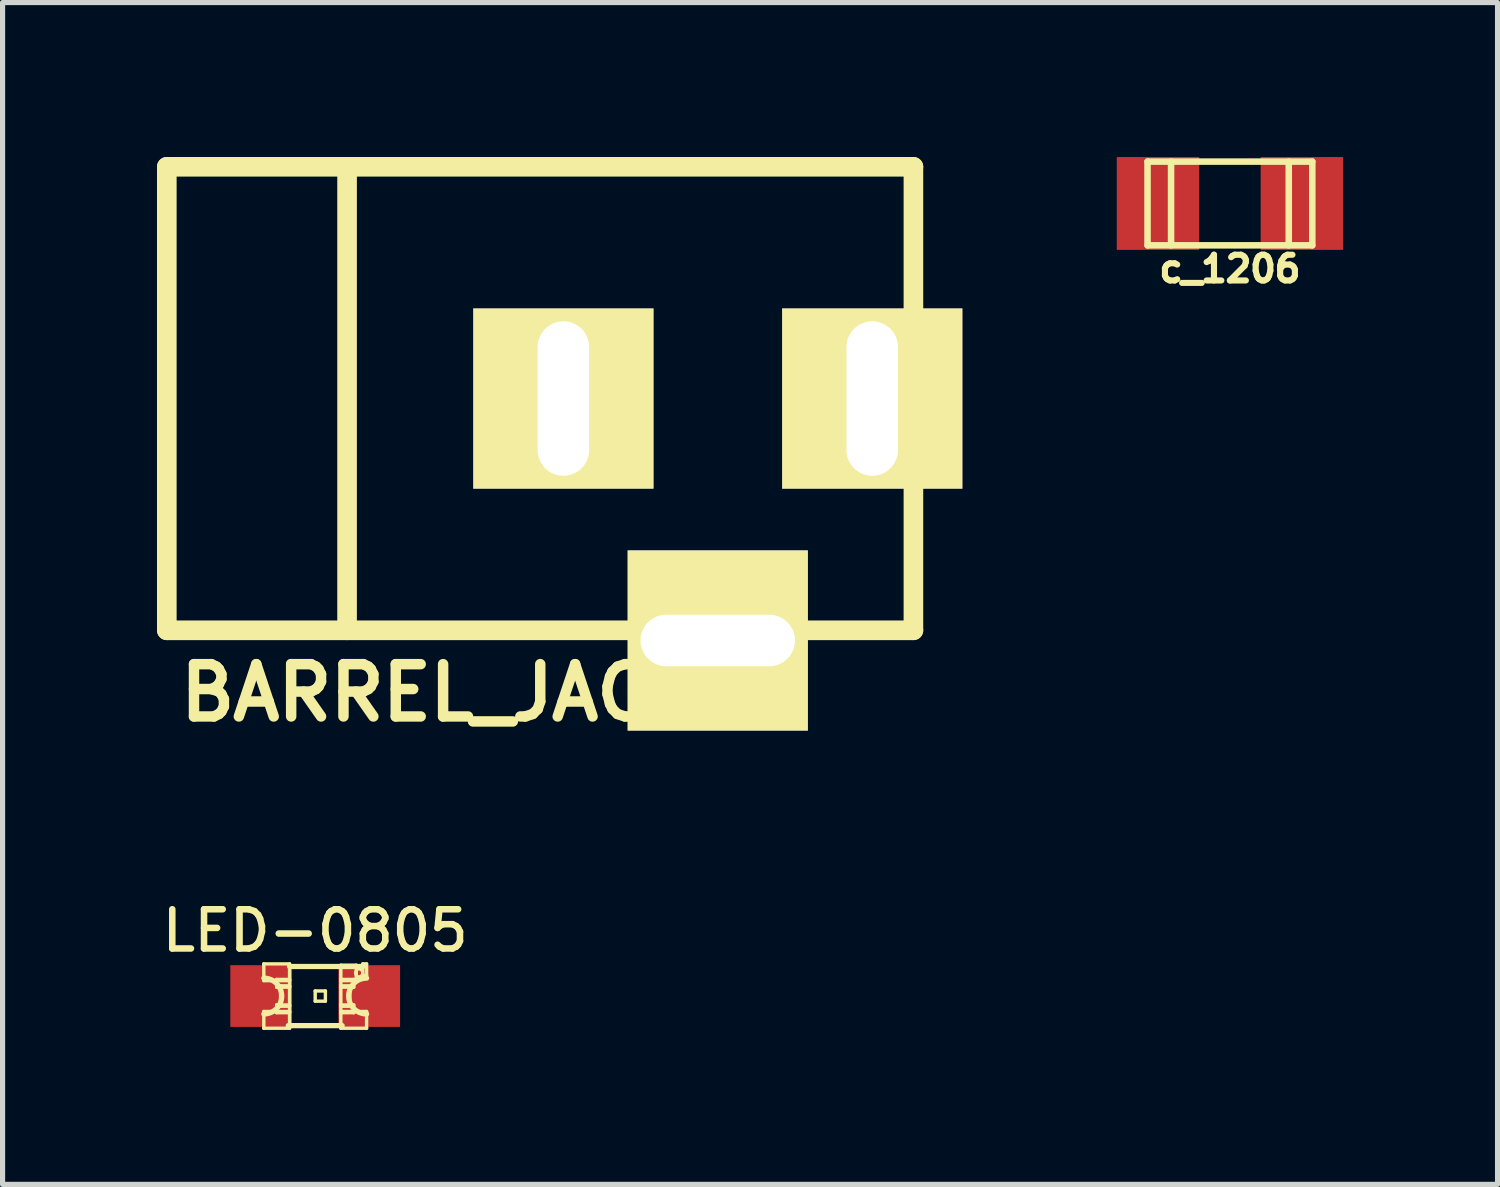
<source format=kicad_pcb>
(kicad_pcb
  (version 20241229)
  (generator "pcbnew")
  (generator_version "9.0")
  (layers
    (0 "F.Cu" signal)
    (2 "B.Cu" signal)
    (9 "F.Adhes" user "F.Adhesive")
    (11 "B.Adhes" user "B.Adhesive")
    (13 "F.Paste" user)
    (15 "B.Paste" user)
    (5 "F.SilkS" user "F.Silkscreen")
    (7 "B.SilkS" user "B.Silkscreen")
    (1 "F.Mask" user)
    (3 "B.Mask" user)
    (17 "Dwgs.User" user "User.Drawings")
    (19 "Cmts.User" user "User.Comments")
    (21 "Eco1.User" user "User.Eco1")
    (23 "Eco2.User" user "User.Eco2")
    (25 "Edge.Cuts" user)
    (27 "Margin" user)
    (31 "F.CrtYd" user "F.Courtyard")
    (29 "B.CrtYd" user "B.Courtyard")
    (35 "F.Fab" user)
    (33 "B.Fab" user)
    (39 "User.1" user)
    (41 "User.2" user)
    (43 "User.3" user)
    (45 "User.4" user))
  (footprint "c_1206"
    (layer "F.Cu")
    (at 20.838 0.902)
    (property "Reference" "c_1206" (at 0 1.27 0) (layer "F.SilkS") (effects (font (size 0.5 0.5) (thickness 0.119))))
    (attr through_hole)
    (fp_line (start -1.6 -0.813) (end -1.6 0.813) (stroke (width 0.127) (type solid)) (layer "F.SilkS"))
    (fp_line (start -1.6 0.813) (end 1.6 0.813) (stroke (width 0.127) (type solid)) (layer "F.SilkS"))
    (fp_line (start -1.143 -0.813) (end -1.143 0.813) (stroke (width 0.127) (type solid)) (layer "F.SilkS"))
    (fp_line (start 1.143 0.813) (end 1.143 -0.813) (stroke (width 0.127) (type solid)) (layer "F.SilkS"))
    (fp_line (start 1.6 -0.813) (end -1.6 -0.813) (stroke (width 0.127) (type solid)) (layer "F.SilkS"))
    (fp_line (start 1.6 0.813) (end 1.6 -0.813) (stroke (width 0.127) (type solid)) (layer "F.SilkS"))
    (pad "1" smd rect (at 1.397 0) (size 1.6 1.803) (layers "F.Cu" "F.Mask" "F.Paste"))
    (pad "2" smd rect (at -1.397 0) (size 1.6 1.803) (layers "F.Cu" "F.Mask" "F.Paste")))
  (footprint "BARREL_JACK"
    (layer "F.Cu")
    (at 7.691 4.691)
    (property "Reference" "BARREL_JACK" (at -2.159 5.715 180) (layer "F.SilkS") (effects (font (size 1.016 1.016) (thickness 0.203))))
    (attr through_hole)
    (fp_line (start -7.501 -4.501) (end -7.501 4.501) (stroke (width 0.381) (type solid)) (layer "F.SilkS"))
    (fp_line (start -7.501 4.501) (end 7 4.501) (stroke (width 0.381) (type solid)) (layer "F.SilkS"))
    (fp_line (start -4 -4.501) (end -4 4.501) (stroke (width 0.381) (type solid)) (layer "F.SilkS"))
    (fp_line (start 7 -4.501) (end -7.501 -4.501) (stroke (width 0.381) (type solid)) (layer "F.SilkS"))
    (fp_line (start 7 4.501) (end 7 -4.501) (stroke (width 0.381) (type solid)) (layer "F.SilkS"))
    (pad "1" thru_hole rect (at 6.2 0) (size 3.5 3.5) (drill oval 1.001 3) (layers "*.Cu" "*.Mask" "F.SilkS"))
    (pad "2" thru_hole rect (at 0.201 0) (size 3.5 3.5) (drill oval 1.001 3) (layers "*.Cu" "*.Mask" "F.SilkS"))
    (pad "3" thru_hole rect (at 3.2 4.699) (size 3.5 3.5) (drill oval 3 1.001) (layers "*.Cu" "*.Mask" "F.SilkS")))
  (footprint "LED-0805"
    (layer "F.Cu")
    (at 3.072 16.296)
    (property "Reference" "LED-0805" (at 0 -1.27 0) (layer "F.SilkS") (effects (font (size 0.762 0.762) (thickness 0.127))))
    (attr smd)
    (fp_line (start -0.998 -0.625) (end -0.998 -0.3) (stroke (width 0.066) (type solid)) (layer "F.SilkS"))
    (fp_line (start -0.998 -0.625) (end -0.498 -0.625) (stroke (width 0.066) (type solid)) (layer "F.SilkS"))
    (fp_line (start -0.998 -0.3) (end -0.498 -0.3) (stroke (width 0.066) (type solid)) (layer "F.SilkS"))
    (fp_line (start -0.998 0.3) (end -0.998 0.625) (stroke (width 0.066) (type solid)) (layer "F.SilkS"))
    (fp_line (start -0.998 0.3) (end -0.498 0.3) (stroke (width 0.066) (type solid)) (layer "F.SilkS"))
    (fp_line (start -0.998 0.625) (end -0.498 0.625) (stroke (width 0.066) (type solid)) (layer "F.SilkS"))
    (fp_line (start -0.749 -0.323) (end -0.749 -0.173) (stroke (width 0.066) (type solid)) (layer "F.SilkS"))
    (fp_line (start -0.749 -0.323) (end -0.498 -0.323) (stroke (width 0.066) (type solid)) (layer "F.SilkS"))
    (fp_line (start -0.749 -0.173) (end -0.498 -0.173) (stroke (width 0.066) (type solid)) (layer "F.SilkS"))
    (fp_line (start -0.749 0.173) (end -0.749 0.323) (stroke (width 0.066) (type solid)) (layer "F.SilkS"))
    (fp_line (start -0.749 0.173) (end -0.498 0.173) (stroke (width 0.066) (type solid)) (layer "F.SilkS"))
    (fp_line (start -0.749 0.323) (end -0.498 0.323) (stroke (width 0.066) (type solid)) (layer "F.SilkS"))
    (fp_line (start -0.673 -0.198) (end -0.673 0.198) (stroke (width 0.066) (type solid)) (layer "F.SilkS"))
    (fp_line (start -0.673 -0.198) (end -0.498 -0.198) (stroke (width 0.066) (type solid)) (layer "F.SilkS"))
    (fp_line (start -0.673 0.198) (end -0.498 0.198) (stroke (width 0.066) (type solid)) (layer "F.SilkS"))
    (fp_line (start -0.498 -0.625) (end -0.498 -0.3) (stroke (width 0.066) (type solid)) (layer "F.SilkS"))
    (fp_line (start -0.498 -0.574) (end 0.925 -0.574) (stroke (width 0.102) (type solid)) (layer "F.SilkS"))
    (fp_line (start -0.498 -0.323) (end -0.498 -0.173) (stroke (width 0.066) (type solid)) (layer "F.SilkS"))
    (fp_line (start -0.498 -0.198) (end -0.498 0.198) (stroke (width 0.066) (type solid)) (layer "F.SilkS"))
    (fp_line (start -0.498 0.173) (end -0.498 0.323) (stroke (width 0.066) (type solid)) (layer "F.SilkS"))
    (fp_line (start -0.498 0.3) (end -0.498 0.625) (stroke (width 0.066) (type solid)) (layer "F.SilkS"))
    (fp_line (start 0 -0.099) (end 0 0.099) (stroke (width 0.066) (type solid)) (layer "F.SilkS"))
    (fp_line (start 0 -0.099) (end 0.198 -0.099) (stroke (width 0.066) (type solid)) (layer "F.SilkS"))
    (fp_line (start 0 0.099) (end 0.198 0.099) (stroke (width 0.066) (type solid)) (layer "F.SilkS"))
    (fp_line (start 0.198 -0.099) (end 0.198 0.099) (stroke (width 0.066) (type solid)) (layer "F.SilkS"))
    (fp_line (start 0.498 -0.599) (end 0.498 -0.3) (stroke (width 0.066) (type solid)) (layer "F.SilkS"))
    (fp_line (start 0.498 -0.599) (end 0.798 -0.599) (stroke (width 0.066) (type solid)) (layer "F.SilkS"))
    (fp_line (start 0.498 -0.323) (end 0.498 -0.173) (stroke (width 0.066) (type solid)) (layer "F.SilkS"))
    (fp_line (start 0.498 -0.323) (end 0.749 -0.323) (stroke (width 0.066) (type solid)) (layer "F.SilkS"))
    (fp_line (start 0.498 -0.3) (end 0.798 -0.3) (stroke (width 0.066) (type solid)) (layer "F.SilkS"))
    (fp_line (start 0.498 -0.198) (end 0.498 0.198) (stroke (width 0.066) (type solid)) (layer "F.SilkS"))
    (fp_line (start 0.498 -0.198) (end 0.673 -0.198) (stroke (width 0.066) (type solid)) (layer "F.SilkS"))
    (fp_line (start 0.498 -0.173) (end 0.749 -0.173) (stroke (width 0.066) (type solid)) (layer "F.SilkS"))
    (fp_line (start 0.498 0.173) (end 0.498 0.323) (stroke (width 0.066) (type solid)) (layer "F.SilkS"))
    (fp_line (start 0.498 0.173) (end 0.749 0.173) (stroke (width 0.066) (type solid)) (layer "F.SilkS"))
    (fp_line (start 0.498 0.198) (end 0.673 0.198) (stroke (width 0.066) (type solid)) (layer "F.SilkS"))
    (fp_line (start 0.498 0.3) (end 0.498 0.625) (stroke (width 0.066) (type solid)) (layer "F.SilkS"))
    (fp_line (start 0.498 0.3) (end 0.998 0.3) (stroke (width 0.066) (type solid)) (layer "F.SilkS"))
    (fp_line (start 0.498 0.323) (end 0.749 0.323) (stroke (width 0.066) (type solid)) (layer "F.SilkS"))
    (fp_line (start 0.498 0.625) (end 0.998 0.625) (stroke (width 0.066) (type solid)) (layer "F.SilkS"))
    (fp_line (start 0.523 0.574) (end -0.523 0.574) (stroke (width 0.102) (type solid)) (layer "F.SilkS"))
    (fp_line (start 0.673 -0.198) (end 0.673 0.198) (stroke (width 0.066) (type solid)) (layer "F.SilkS"))
    (fp_line (start 0.749 -0.323) (end 0.749 -0.173) (stroke (width 0.066) (type solid)) (layer "F.SilkS"))
    (fp_line (start 0.749 0.173) (end 0.749 0.323) (stroke (width 0.066) (type solid)) (layer "F.SilkS"))
    (fp_line (start 0.798 -0.599) (end 0.798 -0.3) (stroke (width 0.066) (type solid)) (layer "F.SilkS"))
    (fp_line (start 0.925 -0.625) (end 0.925 -0.399) (stroke (width 0.066) (type solid)) (layer "F.SilkS"))
    (fp_line (start 0.925 -0.625) (end 0.998 -0.625) (stroke (width 0.066) (type solid)) (layer "F.SilkS"))
    (fp_line (start 0.925 -0.399) (end 0.998 -0.399) (stroke (width 0.066) (type solid)) (layer "F.SilkS"))
    (fp_line (start 0.998 -0.625) (end 0.998 -0.399) (stroke (width 0.066) (type solid)) (layer "F.SilkS"))
    (fp_line (start 0.998 0.3) (end 0.998 0.625) (stroke (width 0.066) (type solid)) (layer "F.SilkS"))
    (fp_arc (start -0.99822 -0.34798) (mid -0.65024 0) (end -0.99822 0.34798) (stroke (width 0.1016) (type solid)) (layer "F.SilkS"))
    (fp_arc (start 0.99822 0.34798) (mid 0.65024 0) (end 0.99822 -0.34798) (stroke (width 0.1016) (type solid)) (layer "F.SilkS"))
    (fp_circle (center 0.848 -0.45) (end 0.899 -0.5) (stroke (width 0.051) (type solid)) (fill no) (layer "F.SilkS"))
    (pad "1" smd rect (at -1.049 0) (size 1.199 1.199) (layers "F.Cu" "F.Mask" "F.Paste"))
    (pad "2" smd rect (at 1.049 0) (size 1.199 1.199) (layers "F.Cu" "F.Mask" "F.Paste")))
  (gr_rect
    (start -3 -3)
    (end 26.036 19.954)
    (stroke (width 0.1) (type default))
    (fill no)
    (layer "Edge.Cuts")))
</source>
